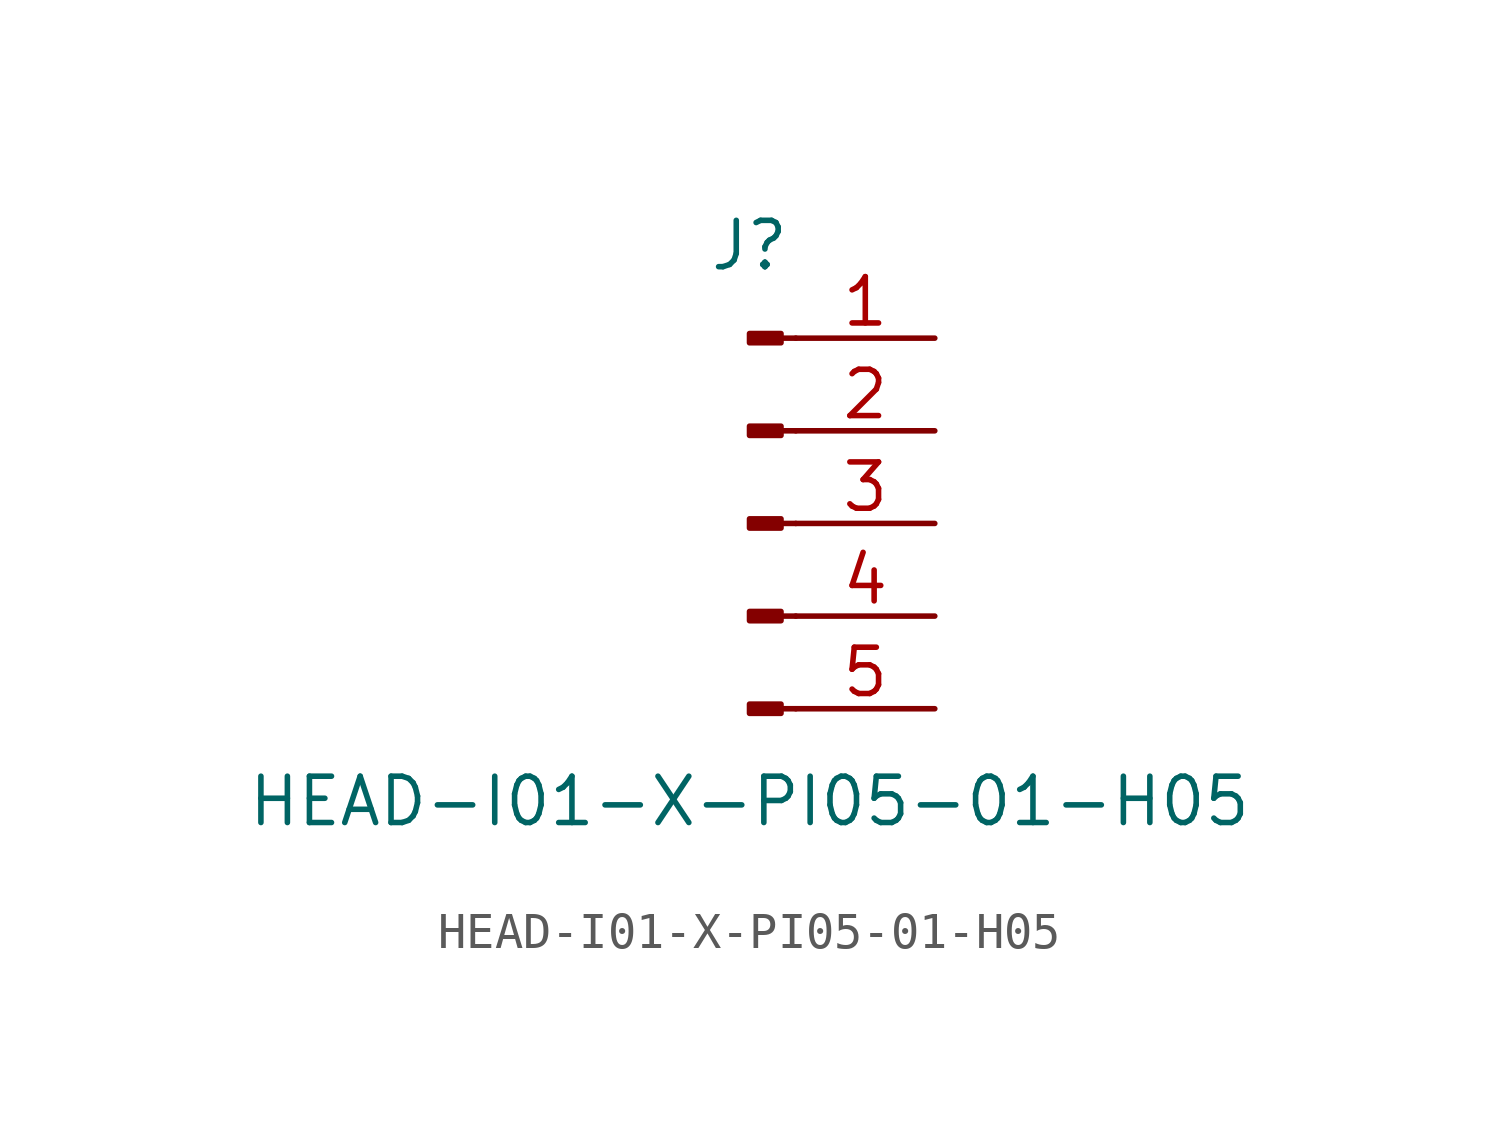
<source format=kicad_sym>
(kicad_symbol_lib
  (version 20211014)
  (generator kicad_symbol_editor)
  (symbol "HEAD-I01-X-PI05-01-H05"
    (pin_names
      (offset 1.016) hide)
    (property "Reference" "J"
      (at 0 7.62 0)
      (effects (font (size 1.27 1.27))))
    (property "Value" "HEAD-I01-X-PI05-01-H05"
      (at 0 -7.62 0)
      (effects (font (size 1.27 1.27))))
    (symbol "HEAD-I01-X-PI05-01-H05_1_1"
      (polyline (pts (xy 1.27 -5.08) (xy 0.864 -5.08)) (stroke (width 0.152) (type default) (color 0 0 0 0)) (fill (type none)))
      (polyline (pts (xy 1.27 -2.54) (xy 0.864 -2.54)) (stroke (width 0.152) (type default) (color 0 0 0 0)) (fill (type none)))
      (polyline (pts (xy 1.27 0) (xy 0.864 0)) (stroke (width 0.152) (type default) (color 0 0 0 0)) (fill (type none)))
      (polyline (pts (xy 1.27 2.54) (xy 0.864 2.54)) (stroke (width 0.152) (type default) (color 0 0 0 0)) (fill (type none)))
      (polyline (pts (xy 1.27 5.08) (xy 0.864 5.08)) (stroke (width 0.152) (type default) (color 0 0 0 0)) (fill (type none)))
      (rectangle (start 0.864 -4.953) (end 0 -5.207) (stroke (width 0.152) (type default) (color 0 0 0 0)) (fill (type outline)))
      (rectangle (start 0.864 -2.413) (end 0 -2.667) (stroke (width 0.152) (type default) (color 0 0 0 0)) (fill (type outline)))
      (rectangle (start 0.864 0.127) (end 0 -0.127) (stroke (width 0.152) (type default) (color 0 0 0 0)) (fill (type outline)))
      (rectangle (start 0.864 2.667) (end 0 2.413) (stroke (width 0.152) (type default) (color 0 0 0 0)) (fill (type outline)))
      (rectangle (start 0.864 5.207) (end 0 4.953) (stroke (width 0.152) (type default) (color 0 0 0 0)) (fill (type outline)))
      (pin passive line (at 5.08 5.08 180) (length 3.81) (name "Pin_1" (effects (font (size 1.27 1.27)))) (number "1" (effects (font (size 1.27 1.27)))))
      (pin passive line (at 5.08 2.54 180) (length 3.81) (name "Pin_2" (effects (font (size 1.27 1.27)))) (number "2" (effects (font (size 1.27 1.27)))))
      (pin passive line (at 5.08 0 180) (length 3.81) (name "Pin_3" (effects (font (size 1.27 1.27)))) (number "3" (effects (font (size 1.27 1.27)))))
      (pin passive line (at 5.08 -2.54 180) (length 3.81) (name "Pin_4" (effects (font (size 1.27 1.27)))) (number "4" (effects (font (size 1.27 1.27)))))
      (pin passive line (at 5.08 -5.08 180) (length 3.81) (name "Pin_5" (effects (font (size 1.27 1.27)))) (number "5" (effects (font (size 1.27 1.27))))))))
</source>
